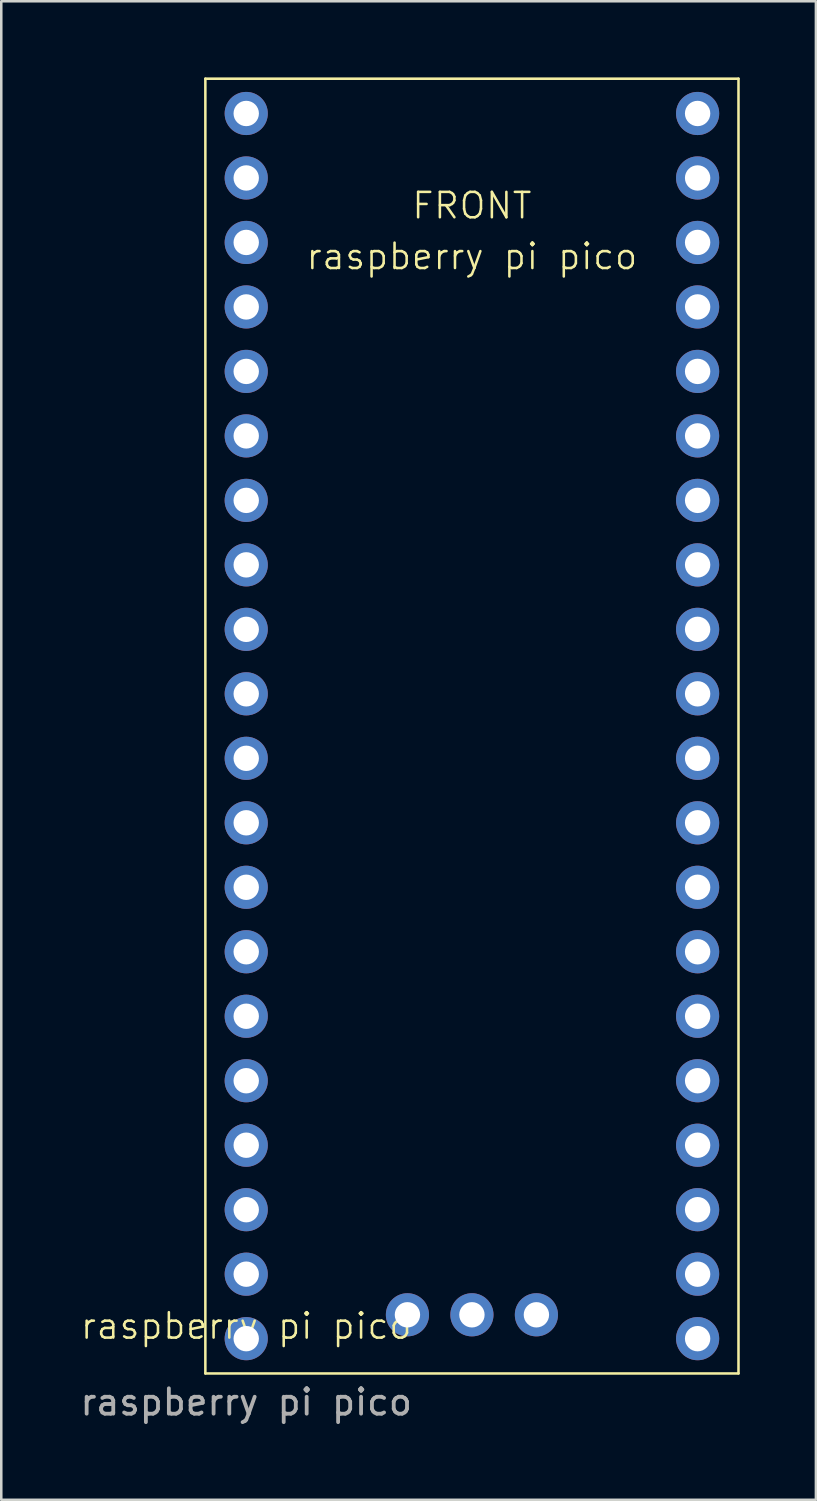
<source format=kicad_pcb>
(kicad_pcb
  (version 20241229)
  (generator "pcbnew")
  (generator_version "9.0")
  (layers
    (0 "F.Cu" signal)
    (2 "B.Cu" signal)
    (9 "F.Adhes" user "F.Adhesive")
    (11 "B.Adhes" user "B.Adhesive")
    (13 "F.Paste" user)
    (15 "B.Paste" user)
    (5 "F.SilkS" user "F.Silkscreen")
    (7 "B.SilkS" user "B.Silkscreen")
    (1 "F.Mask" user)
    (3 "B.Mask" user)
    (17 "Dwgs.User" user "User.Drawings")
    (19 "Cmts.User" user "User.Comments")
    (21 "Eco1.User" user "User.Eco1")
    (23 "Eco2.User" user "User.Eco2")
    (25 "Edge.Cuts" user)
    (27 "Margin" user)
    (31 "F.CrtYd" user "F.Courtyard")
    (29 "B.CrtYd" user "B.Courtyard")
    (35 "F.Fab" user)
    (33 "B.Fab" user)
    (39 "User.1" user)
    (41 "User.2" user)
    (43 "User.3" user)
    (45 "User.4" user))
  (footprint "raspberry pi pico"
    (layer "F.Cu")
    (at 6.649 49.68)
    (property "Reference" "raspberry pi pico" (at 0 -0.5 0) (unlocked yes) (layer "F.SilkS") (effects (font (size 1 1) (thickness 0.1))))
    (attr through_hole)
    (fp_line (start -1.61 -49.63) (end 19.39 -49.63) (stroke (width 0.1) (type default)) (layer "F.SilkS"))
    (fp_line (start -1.61 1.37) (end -1.61 -49.63) (stroke (width 0.1) (type default)) (layer "F.SilkS"))
    (fp_line (start 19.39 -49.63) (end 19.39 1.37) (stroke (width 0.1) (type default)) (layer "F.SilkS"))
    (fp_line (start 19.39 1.37) (end -1.61 1.37) (stroke (width 0.1) (type default)) (layer "F.SilkS"))
    (fp_text user "FRONT" (at 8.89 -44.63 0) (unlocked yes) (layer "F.SilkS") (effects (font (size 1 1) (thickness 0.1))))
    (fp_text user "raspberry pi pico" (at 8.89 -42.63 0) (unlocked yes) (layer "F.SilkS") (effects (font (size 1 1) (thickness 0.1))))
    (fp_text user "${REFERENCE}" (at 0 2.5 0) (unlocked yes) (layer "F.Fab") (effects (font (size 1 1) (thickness 0.15))))
    (pad "1" thru_hole circle (at 0 0) (size 1.7 1.7) (drill 1) (layers "*.Cu" "*.Mask"))
    (pad "2" thru_hole circle (at 0 -2.54) (size 1.7 1.7) (drill 1) (layers "*.Cu" "*.Mask"))
    (pad "3" thru_hole circle (at 0 -5.08) (size 1.7 1.7) (drill 1) (layers "*.Cu" "*.Mask"))
    (pad "4" thru_hole circle (at 0 -7.62) (size 1.7 1.7) (drill 1) (layers "*.Cu" "*.Mask"))
    (pad "5" thru_hole circle (at 0 -10.16) (size 1.7 1.7) (drill 1) (layers "*.Cu" "*.Mask"))
    (pad "6" thru_hole circle (at 0 -12.7) (size 1.7 1.7) (drill 1) (layers "*.Cu" "*.Mask"))
    (pad "7" thru_hole circle (at 0 -15.24) (size 1.7 1.7) (drill 1) (layers "*.Cu" "*.Mask"))
    (pad "8" thru_hole circle (at 0 -17.78) (size 1.7 1.7) (drill 1) (layers "*.Cu" "*.Mask"))
    (pad "9" thru_hole circle (at 0 -20.32) (size 1.7 1.7) (drill 1) (layers "*.Cu" "*.Mask"))
    (pad "10" thru_hole circle (at 0 -22.86) (size 1.7 1.7) (drill 1) (layers "*.Cu" "*.Mask"))
    (pad "11" thru_hole circle (at 0 -25.4) (size 1.7 1.7) (drill 1) (layers "*.Cu" "*.Mask"))
    (pad "12" thru_hole circle (at 0 -27.94) (size 1.7 1.7) (drill 1) (layers "*.Cu" "*.Mask"))
    (pad "13" thru_hole circle (at 0 -30.48) (size 1.7 1.7) (drill 1) (layers "*.Cu" "*.Mask"))
    (pad "14" thru_hole circle (at 0 -33.02) (size 1.7 1.7) (drill 1) (layers "*.Cu" "*.Mask"))
    (pad "15" thru_hole circle (at 0 -35.56) (size 1.7 1.7) (drill 1) (layers "*.Cu" "*.Mask"))
    (pad "16" thru_hole circle (at 0 -38.1) (size 1.7 1.7) (drill 1) (layers "*.Cu" "*.Mask"))
    (pad "17" thru_hole circle (at 0 -40.64) (size 1.7 1.7) (drill 1) (layers "*.Cu" "*.Mask"))
    (pad "18" thru_hole circle (at 0 -43.18) (size 1.7 1.7) (drill 1) (layers "*.Cu" "*.Mask"))
    (pad "19" thru_hole circle (at 0 -45.72) (size 1.7 1.7) (drill 1) (layers "*.Cu" "*.Mask"))
    (pad "20" thru_hole circle (at 0 -48.26) (size 1.7 1.7) (drill 1) (layers "*.Cu" "*.Mask"))
    (pad "21" thru_hole circle (at 17.78 0) (size 1.7 1.7) (drill 1) (layers "*.Cu" "*.Mask"))
    (pad "22" thru_hole circle (at 17.78 -2.54) (size 1.7 1.7) (drill 1) (layers "*.Cu" "*.Mask"))
    (pad "23" thru_hole circle (at 17.78 -5.08) (size 1.7 1.7) (drill 1) (layers "*.Cu" "*.Mask"))
    (pad "24" thru_hole circle (at 17.78 -7.62) (size 1.7 1.7) (drill 1) (layers "*.Cu" "*.Mask"))
    (pad "25" thru_hole circle (at 17.78 -10.16) (size 1.7 1.7) (drill 1) (layers "*.Cu" "*.Mask"))
    (pad "26" thru_hole circle (at 17.78 -12.7) (size 1.7 1.7) (drill 1) (layers "*.Cu" "*.Mask"))
    (pad "27" thru_hole circle (at 17.78 -15.24) (size 1.7 1.7) (drill 1) (layers "*.Cu" "*.Mask"))
    (pad "28" thru_hole circle (at 17.78 -17.78) (size 1.7 1.7) (drill 1) (layers "*.Cu" "*.Mask"))
    (pad "29" thru_hole circle (at 17.78 -20.32) (size 1.7 1.7) (drill 1) (layers "*.Cu" "*.Mask"))
    (pad "30" thru_hole circle (at 17.78 -22.86) (size 1.7 1.7) (drill 1) (layers "*.Cu" "*.Mask"))
    (pad "31" thru_hole circle (at 17.78 -25.4) (size 1.7 1.7) (drill 1) (layers "*.Cu" "*.Mask"))
    (pad "32" thru_hole circle (at 17.78 -27.94) (size 1.7 1.7) (drill 1) (layers "*.Cu" "*.Mask"))
    (pad "33" thru_hole circle (at 17.78 -30.48) (size 1.7 1.7) (drill 1) (layers "*.Cu" "*.Mask"))
    (pad "34" thru_hole circle (at 17.78 -33.02) (size 1.7 1.7) (drill 1) (layers "*.Cu" "*.Mask"))
    (pad "35" thru_hole circle (at 17.78 -35.56) (size 1.7 1.7) (drill 1) (layers "*.Cu" "*.Mask"))
    (pad "36" thru_hole circle (at 17.78 -38.1) (size 1.7 1.7) (drill 1) (layers "*.Cu" "*.Mask"))
    (pad "37" thru_hole circle (at 17.78 -40.64) (size 1.7 1.7) (drill 1) (layers "*.Cu" "*.Mask"))
    (pad "38" thru_hole circle (at 17.78 -43.18) (size 1.7 1.7) (drill 1) (layers "*.Cu" "*.Mask"))
    (pad "39" thru_hole circle (at 17.78 -45.72) (size 1.7 1.7) (drill 1) (layers "*.Cu" "*.Mask"))
    (pad "40" thru_hole circle (at 17.78 -48.26) (size 1.7 1.7) (drill 1) (layers "*.Cu" "*.Mask"))
    (pad "41" thru_hole circle (at 6.35 -0.94) (size 1.7 1.7) (drill 1) (layers "*.Cu" "*.Mask"))
    (pad "42" thru_hole circle (at 8.89 -0.94) (size 1.7 1.7) (drill 1) (layers "*.Cu" "*.Mask"))
    (pad "43" thru_hole circle (at 11.43 -0.94) (size 1.7 1.7) (drill 1) (layers "*.Cu" "*.Mask")))
  (gr_rect
    (start -3 -3)
    (end 29.089 56.028)
    (stroke (width 0.1) (type default))
    (fill no)
    (layer "Edge.Cuts")))
</source>
